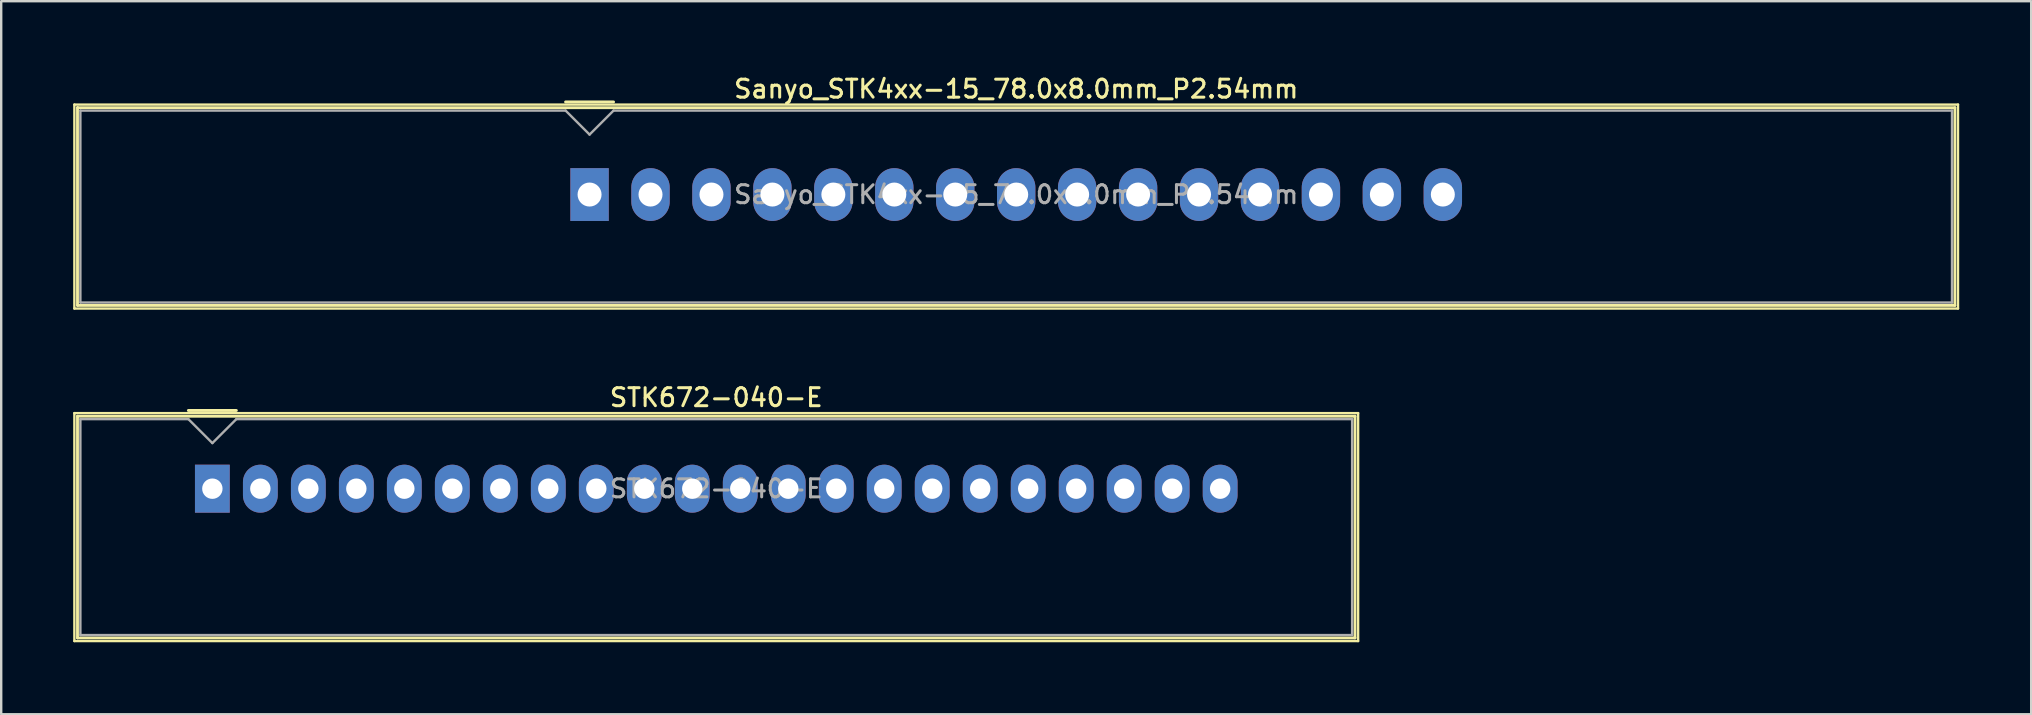
<source format=kicad_pcb>
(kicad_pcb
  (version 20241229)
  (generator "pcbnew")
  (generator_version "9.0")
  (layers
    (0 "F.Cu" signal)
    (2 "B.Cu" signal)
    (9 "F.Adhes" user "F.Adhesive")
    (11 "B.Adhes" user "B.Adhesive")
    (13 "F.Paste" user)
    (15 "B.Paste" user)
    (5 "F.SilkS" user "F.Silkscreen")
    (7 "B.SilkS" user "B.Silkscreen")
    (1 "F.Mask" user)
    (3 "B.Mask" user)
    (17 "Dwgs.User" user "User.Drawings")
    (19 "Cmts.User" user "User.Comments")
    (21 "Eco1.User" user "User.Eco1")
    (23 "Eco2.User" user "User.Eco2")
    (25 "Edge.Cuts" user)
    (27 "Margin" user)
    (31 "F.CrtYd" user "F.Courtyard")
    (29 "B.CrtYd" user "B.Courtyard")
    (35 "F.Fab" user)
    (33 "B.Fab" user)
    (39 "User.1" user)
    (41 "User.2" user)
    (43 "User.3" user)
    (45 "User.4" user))
  (footprint "Sanyo_STK4xx-15_78.0x8.0mm_P2.54mm"
    (layer "F.Cu")
    (at 21.52 5.058)
    (property "Reference" "Sanyo_STK4xx-15_78.0x8.0mm_P2.54mm" (at 17.78 -4.4 0) (layer "F.SilkS") (effects (font (size 0.75 0.75) (thickness 0.125))))
    (attr through_hole)
    (fp_line (start -21.47 -3.75) (end 57.03 -3.75) (stroke (width 0.1) (type solid)) (layer "F.SilkS"))
    (fp_line (start -21.47 4.75) (end -21.47 -3.75) (stroke (width 0.1) (type solid)) (layer "F.SilkS"))
    (fp_line (start -21.34 -3.62) (end 56.9 -3.62) (stroke (width 0.12) (type solid)) (layer "F.SilkS"))
    (fp_line (start -21.34 4.62) (end -21.34 -3.63) (stroke (width 0.12) (type solid)) (layer "F.SilkS"))
    (fp_line (start -1 -3.86) (end 1 -3.86) (stroke (width 0.12) (type solid)) (layer "F.SilkS"))
    (fp_line (start 56.9 -3.62) (end 56.9 4.62) (stroke (width 0.12) (type solid)) (layer "F.SilkS"))
    (fp_line (start 56.9 4.62) (end -21.34 4.62) (stroke (width 0.12) (type solid)) (layer "F.SilkS"))
    (fp_line (start 57.03 -3.75) (end 57.03 4.75) (stroke (width 0.1) (type solid)) (layer "F.SilkS"))
    (fp_line (start 57.03 4.75) (end -21.47 4.75) (stroke (width 0.1) (type solid)) (layer "F.SilkS"))
    (fp_line (start -21.22 -3.5) (end -1 -3.5) (stroke (width 0.1) (type solid)) (layer "F.Fab"))
    (fp_line (start -21.22 4.5) (end -21.22 -3.5) (stroke (width 0.1) (type solid)) (layer "F.Fab"))
    (fp_line (start -1 -3.5) (end 0 -2.5) (stroke (width 0.1) (type solid)) (layer "F.Fab"))
    (fp_line (start 0 -2.5) (end 1 -3.5) (stroke (width 0.1) (type solid)) (layer "F.Fab"))
    (fp_line (start 1 -3.5) (end 56.78 -3.5) (stroke (width 0.1) (type solid)) (layer "F.Fab"))
    (fp_line (start 56.78 -3.5) (end 56.78 4.5) (stroke (width 0.1) (type solid)) (layer "F.Fab"))
    (fp_line (start 56.78 4.5) (end -21.22 4.5) (stroke (width 0.1) (type solid)) (layer "F.Fab"))
    (fp_text user "${REFERENCE}" (at 17.78 0 0) (layer "F.Fab") (effects (font (size 0.75 0.75) (thickness 0.125))))
    (pad "1" thru_hole rect (at 0 0) (size 1.6 2.2) (drill 1) (layers "*.Cu" "*.Mask"))
    (pad "2" thru_hole oval (at 2.54 0) (size 1.6 2.2) (drill 1) (layers "*.Cu" "*.Mask"))
    (pad "3" thru_hole oval (at 5.08 0) (size 1.6 2.2) (drill 1) (layers "*.Cu" "*.Mask"))
    (pad "4" thru_hole oval (at 7.62 0) (size 1.6 2.2) (drill 1) (layers "*.Cu" "*.Mask"))
    (pad "5" thru_hole oval (at 10.16 0) (size 1.6 2.2) (drill 1) (layers "*.Cu" "*.Mask"))
    (pad "6" thru_hole oval (at 12.7 0) (size 1.6 2.2) (drill 1) (layers "*.Cu" "*.Mask"))
    (pad "7" thru_hole oval (at 15.24 0) (size 1.6 2.2) (drill 1) (layers "*.Cu" "*.Mask"))
    (pad "8" thru_hole oval (at 17.78 0) (size 1.6 2.2) (drill 1) (layers "*.Cu" "*.Mask"))
    (pad "9" thru_hole oval (at 20.32 0) (size 1.6 2.2) (drill 1) (layers "*.Cu" "*.Mask"))
    (pad "10" thru_hole oval (at 22.86 0) (size 1.6 2.2) (drill 1) (layers "*.Cu" "*.Mask"))
    (pad "11" thru_hole oval (at 25.4 0) (size 1.6 2.2) (drill 1) (layers "*.Cu" "*.Mask"))
    (pad "12" thru_hole oval (at 27.94 0) (size 1.6 2.2) (drill 1) (layers "*.Cu" "*.Mask"))
    (pad "13" thru_hole oval (at 30.48 0) (size 1.6 2.2) (drill 1) (layers "*.Cu" "*.Mask"))
    (pad "14" thru_hole oval (at 33.02 0) (size 1.6 2.2) (drill 1) (layers "*.Cu" "*.Mask"))
    (pad "15" thru_hole oval (at 35.56 0) (size 1.6 2.2) (drill 1) (layers "*.Cu" "*.Mask")))
  (footprint "STK672-040-E"
    (layer "F.Cu")
    (at 5.8 17.316)
    (property "Reference" "STK672-040-E" (at 21 -3.8 0) (layer "F.SilkS") (effects (font (size 0.75 0.75) (thickness 0.125))))
    (attr through_hole)
    (fp_line (start -5.75 -3.15) (end 47.75 -3.15) (stroke (width 0.1) (type solid)) (layer "F.SilkS"))
    (fp_line (start -5.75 6.35) (end -5.75 -3.15) (stroke (width 0.1) (type solid)) (layer "F.SilkS"))
    (fp_line (start -5.62 -3.02) (end 47.62 -3.02) (stroke (width 0.12) (type solid)) (layer "F.SilkS"))
    (fp_line (start -5.62 6.22) (end -5.62 -3.02) (stroke (width 0.12) (type solid)) (layer "F.SilkS"))
    (fp_line (start -1 -3.26) (end 1 -3.26) (stroke (width 0.12) (type solid)) (layer "F.SilkS"))
    (fp_line (start 47.62 -3.02) (end 47.62 6.22) (stroke (width 0.12) (type solid)) (layer "F.SilkS"))
    (fp_line (start 47.62 6.22) (end -5.62 6.22) (stroke (width 0.12) (type solid)) (layer "F.SilkS"))
    (fp_line (start 47.75 -3.15) (end 47.75 6.35) (stroke (width 0.1) (type solid)) (layer "F.SilkS"))
    (fp_line (start 47.75 6.35) (end -5.75 6.35) (stroke (width 0.1) (type solid)) (layer "F.SilkS"))
    (fp_line (start -5.5 -2.9) (end -1 -2.9) (stroke (width 0.1) (type solid)) (layer "F.Fab"))
    (fp_line (start -5.5 6.1) (end -5.5 -2.9) (stroke (width 0.1) (type solid)) (layer "F.Fab"))
    (fp_line (start -1 -2.9) (end 0 -1.9) (stroke (width 0.1) (type solid)) (layer "F.Fab"))
    (fp_line (start 0 -1.9) (end 1 -2.9) (stroke (width 0.1) (type solid)) (layer "F.Fab"))
    (fp_line (start 1 -2.9) (end 47.5 -2.9) (stroke (width 0.1) (type solid)) (layer "F.Fab"))
    (fp_line (start 47.5 -2.9) (end 47.5 6.1) (stroke (width 0.1) (type solid)) (layer "F.Fab"))
    (fp_line (start 47.5 6.1) (end -5.5 6.1) (stroke (width 0.1) (type solid)) (layer "F.Fab"))
    (fp_text user "${REFERENCE}" (at 21 0 0) (layer "F.Fab") (effects (font (size 0.75 0.75) (thickness 0.125))))
    (pad "1" thru_hole rect (at 0 0) (size 1.45 2) (drill 0.85) (layers "*.Cu" "*.Mask"))
    (pad "2" thru_hole oval (at 2 0) (size 1.45 2) (drill 0.85) (layers "*.Cu" "*.Mask"))
    (pad "3" thru_hole oval (at 4 0) (size 1.45 2) (drill 0.85) (layers "*.Cu" "*.Mask"))
    (pad "4" thru_hole oval (at 6 0) (size 1.45 2) (drill 0.85) (layers "*.Cu" "*.Mask"))
    (pad "5" thru_hole oval (at 8 0) (size 1.45 2) (drill 0.85) (layers "*.Cu" "*.Mask"))
    (pad "6" thru_hole oval (at 10 0) (size 1.45 2) (drill 0.85) (layers "*.Cu" "*.Mask"))
    (pad "7" thru_hole oval (at 12 0) (size 1.45 2) (drill 0.85) (layers "*.Cu" "*.Mask"))
    (pad "8" thru_hole oval (at 14 0) (size 1.45 2) (drill 0.85) (layers "*.Cu" "*.Mask"))
    (pad "9" thru_hole oval (at 16 0) (size 1.45 2) (drill 0.85) (layers "*.Cu" "*.Mask"))
    (pad "10" thru_hole oval (at 18 0) (size 1.45 2) (drill 0.85) (layers "*.Cu" "*.Mask"))
    (pad "11" thru_hole oval (at 20 0) (size 1.45 2) (drill 0.85) (layers "*.Cu" "*.Mask"))
    (pad "12" thru_hole oval (at 22 0) (size 1.45 2) (drill 0.85) (layers "*.Cu" "*.Mask"))
    (pad "13" thru_hole oval (at 24 0) (size 1.45 2) (drill 0.85) (layers "*.Cu" "*.Mask"))
    (pad "14" thru_hole oval (at 26 0) (size 1.45 2) (drill 0.85) (layers "*.Cu" "*.Mask"))
    (pad "15" thru_hole oval (at 28 0) (size 1.45 2) (drill 0.85) (layers "*.Cu" "*.Mask"))
    (pad "16" thru_hole oval (at 30 0) (size 1.45 2) (drill 0.85) (layers "*.Cu" "*.Mask"))
    (pad "17" thru_hole oval (at 32 0) (size 1.45 2) (drill 0.85) (layers "*.Cu" "*.Mask"))
    (pad "18" thru_hole oval (at 34 0) (size 1.45 2) (drill 0.85) (layers "*.Cu" "*.Mask"))
    (pad "19" thru_hole oval (at 36 0) (size 1.45 2) (drill 0.85) (layers "*.Cu" "*.Mask"))
    (pad "20" thru_hole oval (at 38 0) (size 1.45 2) (drill 0.85) (layers "*.Cu" "*.Mask"))
    (pad "21" thru_hole oval (at 40 0) (size 1.45 2) (drill 0.85) (layers "*.Cu" "*.Mask"))
    (pad "22" thru_hole oval (at 42 0) (size 1.45 2) (drill 0.85) (layers "*.Cu" "*.Mask")))
  (gr_rect
    (start -3 -3)
    (end 81.6 26.716)
    (stroke (width 0.1) (type default))
    (fill no)
    (layer "Edge.Cuts")))
</source>
